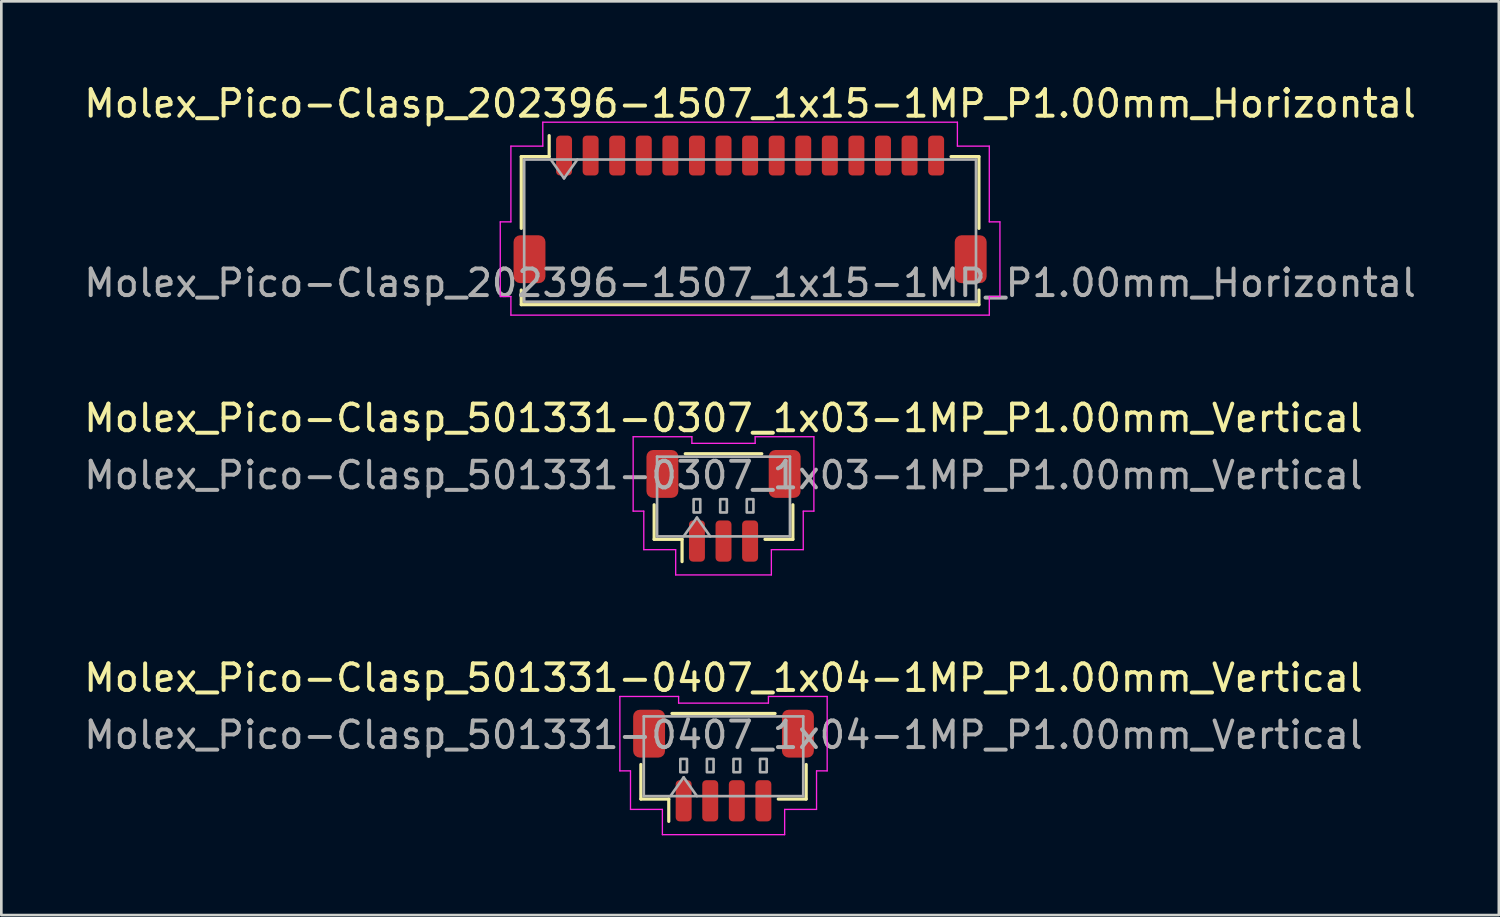
<source format=kicad_pcb>
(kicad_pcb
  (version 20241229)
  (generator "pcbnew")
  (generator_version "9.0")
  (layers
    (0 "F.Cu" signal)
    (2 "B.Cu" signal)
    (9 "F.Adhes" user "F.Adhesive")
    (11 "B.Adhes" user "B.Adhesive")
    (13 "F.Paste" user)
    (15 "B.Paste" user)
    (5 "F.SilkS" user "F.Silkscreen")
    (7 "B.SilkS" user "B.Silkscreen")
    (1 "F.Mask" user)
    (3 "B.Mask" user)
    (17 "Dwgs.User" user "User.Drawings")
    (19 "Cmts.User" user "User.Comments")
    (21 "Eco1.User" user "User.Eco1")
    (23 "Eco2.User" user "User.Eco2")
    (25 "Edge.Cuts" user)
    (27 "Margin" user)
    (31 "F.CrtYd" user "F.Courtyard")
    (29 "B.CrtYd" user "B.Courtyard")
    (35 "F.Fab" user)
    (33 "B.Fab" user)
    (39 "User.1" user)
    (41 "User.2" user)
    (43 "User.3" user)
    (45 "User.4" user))
  (footprint "Molex_Pico-Clasp_501331-0407_1x04-1MP_P1.00mm_Vertical"
    (layer "F.Cu")
    (at 24.173 25.755)
    (property "Reference" "Molex_Pico-Clasp_501331-0407_1x04-1MP_P1.00mm_Vertical" (at 0 -3.3 0) (layer "F.SilkS") (effects (font (size 1 1) (thickness 0.15))))
    (attr smd)
    (fp_line (start -3.11 -0.04) (end -3.11 1.26) (stroke (width 0.12) (type solid)) (layer "F.SilkS"))
    (fp_line (start -3.11 1.26) (end -2.06 1.26) (stroke (width 0.12) (type solid)) (layer "F.SilkS"))
    (fp_line (start -2.06 1.26) (end -2.06 2.1) (stroke (width 0.12) (type solid)) (layer "F.SilkS"))
    (fp_line (start -1.94 -1.96) (end 1.94 -1.96) (stroke (width 0.12) (type solid)) (layer "F.SilkS"))
    (fp_line (start 3.11 -0.04) (end 3.11 1.26) (stroke (width 0.12) (type solid)) (layer "F.SilkS"))
    (fp_line (start 3.11 1.26) (end 2.06 1.26) (stroke (width 0.12) (type solid)) (layer "F.SilkS"))
    (fp_line (start -3.9 -2.6) (end -1.69 -2.6) (stroke (width 0.05) (type solid)) (layer "F.CrtYd"))
    (fp_line (start -3.9 0.2) (end -3.9 -2.6) (stroke (width 0.05) (type solid)) (layer "F.CrtYd"))
    (fp_line (start -3.5 0.2) (end -3.9 0.2) (stroke (width 0.05) (type solid)) (layer "F.CrtYd"))
    (fp_line (start -3.5 1.65) (end -3.5 0.2) (stroke (width 0.05) (type solid)) (layer "F.CrtYd"))
    (fp_line (start -2.3 1.65) (end -3.5 1.65) (stroke (width 0.05) (type solid)) (layer "F.CrtYd"))
    (fp_line (start -2.3 2.6) (end -2.3 1.65) (stroke (width 0.05) (type solid)) (layer "F.CrtYd"))
    (fp_line (start -1.69 -2.6) (end -1.69 -2.35) (stroke (width 0.05) (type solid)) (layer "F.CrtYd"))
    (fp_line (start -1.69 -2.35) (end 1.69 -2.35) (stroke (width 0.05) (type solid)) (layer "F.CrtYd"))
    (fp_line (start 1.69 -2.6) (end 3.9 -2.6) (stroke (width 0.05) (type solid)) (layer "F.CrtYd"))
    (fp_line (start 1.69 -2.35) (end 1.69 -2.6) (stroke (width 0.05) (type solid)) (layer "F.CrtYd"))
    (fp_line (start 2.3 1.65) (end 2.3 2.6) (stroke (width 0.05) (type solid)) (layer "F.CrtYd"))
    (fp_line (start 2.3 2.6) (end -2.3 2.6) (stroke (width 0.05) (type solid)) (layer "F.CrtYd"))
    (fp_line (start 3.5 0.2) (end 3.5 1.65) (stroke (width 0.05) (type solid)) (layer "F.CrtYd"))
    (fp_line (start 3.5 1.65) (end 2.3 1.65) (stroke (width 0.05) (type solid)) (layer "F.CrtYd"))
    (fp_line (start 3.9 -2.6) (end 3.9 0.2) (stroke (width 0.05) (type solid)) (layer "F.CrtYd"))
    (fp_line (start 3.9 0.2) (end 3.5 0.2) (stroke (width 0.05) (type solid)) (layer "F.CrtYd"))
    (fp_line (start -3 -1.85) (end 3 -1.85) (stroke (width 0.1) (type solid)) (layer "F.Fab"))
    (fp_line (start -3 1.15) (end -3 -1.85) (stroke (width 0.1) (type solid)) (layer "F.Fab"))
    (fp_line (start -3 1.15) (end 3 1.15) (stroke (width 0.1) (type solid)) (layer "F.Fab"))
    (fp_line (start -2 1.15) (end -1.5 0.443) (stroke (width 0.1) (type solid)) (layer "F.Fab"))
    (fp_line (start -1.5 0.443) (end -1 1.15) (stroke (width 0.1) (type solid)) (layer "F.Fab"))
    (fp_line (start 3 1.15) (end 3 -1.85) (stroke (width 0.1) (type solid)) (layer "F.Fab"))
    (fp_rect (start -1.625 -0.25) (end -1.375 0.25) (stroke (width 0.1) (type solid)) (fill no) (layer "F.Fab"))
    (fp_rect (start -0.625 -0.25) (end -0.375 0.25) (stroke (width 0.1) (type solid)) (fill no) (layer "F.Fab"))
    (fp_rect (start 0.375 -0.25) (end 0.625 0.25) (stroke (width 0.1) (type solid)) (fill no) (layer "F.Fab"))
    (fp_rect (start 1.375 -0.25) (end 1.625 0.25) (stroke (width 0.1) (type solid)) (fill no) (layer "F.Fab"))
    (fp_text user "${REFERENCE}" (at 0 -1.15 0) (layer "F.Fab") (effects (font (size 1 1) (thickness 0.15))))
    (pad "1" smd roundrect (at -1.5 1.325) (size 0.6 1.55) (layers "F.Cu" "F.Mask" "F.Paste") (roundrect_rratio 0.25))
    (pad "2" smd roundrect (at -0.5 1.325) (size 0.6 1.55) (layers "F.Cu" "F.Mask" "F.Paste") (roundrect_rratio 0.25))
    (pad "3" smd roundrect (at 0.5 1.325) (size 0.6 1.55) (layers "F.Cu" "F.Mask" "F.Paste") (roundrect_rratio 0.25))
    (pad "4" smd roundrect (at 1.5 1.325) (size 0.6 1.55) (layers "F.Cu" "F.Mask" "F.Paste") (roundrect_rratio 0.25))
    (pad "MP" smd roundrect (at -2.8 -1.2) (size 1.2 1.8) (layers "F.Cu" "F.Mask" "F.Paste") (roundrect_rratio 0.208))
    (pad "MP" smd roundrect (at 2.8 -1.2) (size 1.2 1.8) (layers "F.Cu" "F.Mask" "F.Paste") (roundrect_rratio 0.208)))
  (footprint "Molex_Pico-Clasp_501331-0307_1x03-1MP_P1.00mm_Vertical"
    (layer "F.Cu")
    (at 24.173 15.982)
    (property "Reference" "Molex_Pico-Clasp_501331-0307_1x03-1MP_P1.00mm_Vertical" (at 0 -3.3 0) (layer "F.SilkS") (effects (font (size 1 1) (thickness 0.15))))
    (attr smd)
    (fp_line (start -2.61 -0.04) (end -2.61 1.26) (stroke (width 0.12) (type solid)) (layer "F.SilkS"))
    (fp_line (start -2.61 1.26) (end -1.56 1.26) (stroke (width 0.12) (type solid)) (layer "F.SilkS"))
    (fp_line (start -1.56 1.26) (end -1.56 2.1) (stroke (width 0.12) (type solid)) (layer "F.SilkS"))
    (fp_line (start -1.44 -1.96) (end 1.44 -1.96) (stroke (width 0.12) (type solid)) (layer "F.SilkS"))
    (fp_line (start 2.61 -0.04) (end 2.61 1.26) (stroke (width 0.12) (type solid)) (layer "F.SilkS"))
    (fp_line (start 2.61 1.26) (end 1.56 1.26) (stroke (width 0.12) (type solid)) (layer "F.SilkS"))
    (fp_line (start -3.4 -2.6) (end -1.19 -2.6) (stroke (width 0.05) (type solid)) (layer "F.CrtYd"))
    (fp_line (start -3.4 0.2) (end -3.4 -2.6) (stroke (width 0.05) (type solid)) (layer "F.CrtYd"))
    (fp_line (start -3 0.2) (end -3.4 0.2) (stroke (width 0.05) (type solid)) (layer "F.CrtYd"))
    (fp_line (start -3 1.65) (end -3 0.2) (stroke (width 0.05) (type solid)) (layer "F.CrtYd"))
    (fp_line (start -1.8 1.65) (end -3 1.65) (stroke (width 0.05) (type solid)) (layer "F.CrtYd"))
    (fp_line (start -1.8 2.6) (end -1.8 1.65) (stroke (width 0.05) (type solid)) (layer "F.CrtYd"))
    (fp_line (start -1.19 -2.6) (end -1.19 -2.35) (stroke (width 0.05) (type solid)) (layer "F.CrtYd"))
    (fp_line (start -1.19 -2.35) (end 1.19 -2.35) (stroke (width 0.05) (type solid)) (layer "F.CrtYd"))
    (fp_line (start 1.19 -2.6) (end 3.4 -2.6) (stroke (width 0.05) (type solid)) (layer "F.CrtYd"))
    (fp_line (start 1.19 -2.35) (end 1.19 -2.6) (stroke (width 0.05) (type solid)) (layer "F.CrtYd"))
    (fp_line (start 1.8 1.65) (end 1.8 2.6) (stroke (width 0.05) (type solid)) (layer "F.CrtYd"))
    (fp_line (start 1.8 2.6) (end -1.8 2.6) (stroke (width 0.05) (type solid)) (layer "F.CrtYd"))
    (fp_line (start 3 0.2) (end 3 1.65) (stroke (width 0.05) (type solid)) (layer "F.CrtYd"))
    (fp_line (start 3 1.65) (end 1.8 1.65) (stroke (width 0.05) (type solid)) (layer "F.CrtYd"))
    (fp_line (start 3.4 -2.6) (end 3.4 0.2) (stroke (width 0.05) (type solid)) (layer "F.CrtYd"))
    (fp_line (start 3.4 0.2) (end 3 0.2) (stroke (width 0.05) (type solid)) (layer "F.CrtYd"))
    (fp_line (start -2.5 -1.85) (end 2.5 -1.85) (stroke (width 0.1) (type solid)) (layer "F.Fab"))
    (fp_line (start -2.5 1.15) (end -2.5 -1.85) (stroke (width 0.1) (type solid)) (layer "F.Fab"))
    (fp_line (start -2.5 1.15) (end 2.5 1.15) (stroke (width 0.1) (type solid)) (layer "F.Fab"))
    (fp_line (start -1.5 1.15) (end -1 0.443) (stroke (width 0.1) (type solid)) (layer "F.Fab"))
    (fp_line (start -1 0.443) (end -0.5 1.15) (stroke (width 0.1) (type solid)) (layer "F.Fab"))
    (fp_line (start 2.5 1.15) (end 2.5 -1.85) (stroke (width 0.1) (type solid)) (layer "F.Fab"))
    (fp_rect (start -1.125 -0.25) (end -0.875 0.25) (stroke (width 0.1) (type solid)) (fill no) (layer "F.Fab"))
    (fp_rect (start -0.125 -0.25) (end 0.125 0.25) (stroke (width 0.1) (type solid)) (fill no) (layer "F.Fab"))
    (fp_rect (start 0.875 -0.25) (end 1.125 0.25) (stroke (width 0.1) (type solid)) (fill no) (layer "F.Fab"))
    (fp_text user "${REFERENCE}" (at 0 -1.15 0) (layer "F.Fab") (effects (font (size 1 1) (thickness 0.15))))
    (pad "1" smd roundrect (at -1 1.325) (size 0.6 1.55) (layers "F.Cu" "F.Mask" "F.Paste") (roundrect_rratio 0.25))
    (pad "2" smd roundrect (at 0 1.325) (size 0.6 1.55) (layers "F.Cu" "F.Mask" "F.Paste") (roundrect_rratio 0.25))
    (pad "3" smd roundrect (at 1 1.325) (size 0.6 1.55) (layers "F.Cu" "F.Mask" "F.Paste") (roundrect_rratio 0.25))
    (pad "MP" smd roundrect (at -2.3 -1.2) (size 1.2 1.8) (layers "F.Cu" "F.Mask" "F.Paste") (roundrect_rratio 0.208))
    (pad "MP" smd roundrect (at 2.3 -1.2) (size 1.2 1.8) (layers "F.Cu" "F.Mask" "F.Paste") (roundrect_rratio 0.208)))
  (footprint "Molex_Pico-Clasp_202396-1507_1x15-1MP_P1.00mm_Horizontal"
    (layer "F.Cu")
    (at 25.173 4.828)
    (property "Reference" "Molex_Pico-Clasp_202396-1507_1x15-1MP_P1.00mm_Horizontal" (at 0 -3.98 0) (layer "F.SilkS") (effects (font (size 1 1) (thickness 0.15))))
    (attr smd)
    (fp_line (start -8.61 -1.985) (end -7.56 -1.985) (stroke (width 0.12) (type solid)) (layer "F.SilkS"))
    (fp_line (start -8.61 0.715) (end -8.61 -1.985) (stroke (width 0.12) (type solid)) (layer "F.SilkS"))
    (fp_line (start -8.61 3.035) (end -8.61 3.585) (stroke (width 0.12) (type solid)) (layer "F.SilkS"))
    (fp_line (start -8.61 3.585) (end 8.61 3.585) (stroke (width 0.12) (type solid)) (layer "F.SilkS"))
    (fp_line (start -7.56 -1.985) (end -7.56 -2.775) (stroke (width 0.12) (type solid)) (layer "F.SilkS"))
    (fp_line (start 8.61 -1.985) (end 7.56 -1.985) (stroke (width 0.12) (type solid)) (layer "F.SilkS"))
    (fp_line (start 8.61 0.715) (end 8.61 -1.985) (stroke (width 0.12) (type solid)) (layer "F.SilkS"))
    (fp_line (start 8.61 3.585) (end 8.61 3.035) (stroke (width 0.12) (type solid)) (layer "F.SilkS"))
    (fp_line (start -9.4 0.47) (end -9 0.47) (stroke (width 0.05) (type solid)) (layer "F.CrtYd"))
    (fp_line (start -9.4 3.28) (end -9.4 0.47) (stroke (width 0.05) (type solid)) (layer "F.CrtYd"))
    (fp_line (start -9 -2.38) (end -7.8 -2.38) (stroke (width 0.05) (type solid)) (layer "F.CrtYd"))
    (fp_line (start -9 0.47) (end -9 -2.38) (stroke (width 0.05) (type solid)) (layer "F.CrtYd"))
    (fp_line (start -9 3.28) (end -9.4 3.28) (stroke (width 0.05) (type solid)) (layer "F.CrtYd"))
    (fp_line (start -9 3.98) (end -9 3.28) (stroke (width 0.05) (type solid)) (layer "F.CrtYd"))
    (fp_line (start -7.8 -3.28) (end 7.8 -3.28) (stroke (width 0.05) (type solid)) (layer "F.CrtYd"))
    (fp_line (start -7.8 -2.38) (end -7.8 -3.28) (stroke (width 0.05) (type solid)) (layer "F.CrtYd"))
    (fp_line (start 7.8 -3.28) (end 7.8 -2.38) (stroke (width 0.05) (type solid)) (layer "F.CrtYd"))
    (fp_line (start 7.8 -2.38) (end 9 -2.38) (stroke (width 0.05) (type solid)) (layer "F.CrtYd"))
    (fp_line (start 9 -2.38) (end 9 0.47) (stroke (width 0.05) (type solid)) (layer "F.CrtYd"))
    (fp_line (start 9 0.47) (end 9.4 0.47) (stroke (width 0.05) (type solid)) (layer "F.CrtYd"))
    (fp_line (start 9 3.28) (end 9 3.98) (stroke (width 0.05) (type solid)) (layer "F.CrtYd"))
    (fp_line (start 9 3.98) (end -9 3.98) (stroke (width 0.05) (type solid)) (layer "F.CrtYd"))
    (fp_line (start 9.4 0.47) (end 9.4 3.28) (stroke (width 0.05) (type solid)) (layer "F.CrtYd"))
    (fp_line (start 9.4 3.28) (end 9 3.28) (stroke (width 0.05) (type solid)) (layer "F.CrtYd"))
    (fp_line (start -8.5 -1.875) (end -8.5 3.475) (stroke (width 0.1) (type solid)) (layer "F.Fab"))
    (fp_line (start -8.5 -1.875) (end 8.5 -1.875) (stroke (width 0.1) (type solid)) (layer "F.Fab"))
    (fp_line (start -8.5 3.475) (end 8.5 3.475) (stroke (width 0.1) (type solid)) (layer "F.Fab"))
    (fp_line (start -7.5 -1.875) (end -7 -1.168) (stroke (width 0.1) (type solid)) (layer "F.Fab"))
    (fp_line (start -7 -1.168) (end -6.5 -1.875) (stroke (width 0.1) (type solid)) (layer "F.Fab"))
    (fp_line (start 8.5 -1.875) (end 8.5 3.475) (stroke (width 0.1) (type solid)) (layer "F.Fab"))
    (fp_text user "${REFERENCE}" (at 0 2.77 0) (layer "F.Fab") (effects (font (size 1 1) (thickness 0.15))))
    (pad "1" smd roundrect (at -7 -2.025) (size 0.6 1.5) (layers "F.Cu" "F.Mask" "F.Paste") (roundrect_rratio 0.25))
    (pad "2" smd roundrect (at -6 -2.025) (size 0.6 1.5) (layers "F.Cu" "F.Mask" "F.Paste") (roundrect_rratio 0.25))
    (pad "3" smd roundrect (at -5 -2.025) (size 0.6 1.5) (layers "F.Cu" "F.Mask" "F.Paste") (roundrect_rratio 0.25))
    (pad "4" smd roundrect (at -4 -2.025) (size 0.6 1.5) (layers "F.Cu" "F.Mask" "F.Paste") (roundrect_rratio 0.25))
    (pad "5" smd roundrect (at -3 -2.025) (size 0.6 1.5) (layers "F.Cu" "F.Mask" "F.Paste") (roundrect_rratio 0.25))
    (pad "6" smd roundrect (at -2 -2.025) (size 0.6 1.5) (layers "F.Cu" "F.Mask" "F.Paste") (roundrect_rratio 0.25))
    (pad "7" smd roundrect (at -1 -2.025) (size 0.6 1.5) (layers "F.Cu" "F.Mask" "F.Paste") (roundrect_rratio 0.25))
    (pad "8" smd roundrect (at 0 -2.025) (size 0.6 1.5) (layers "F.Cu" "F.Mask" "F.Paste") (roundrect_rratio 0.25))
    (pad "9" smd roundrect (at 1 -2.025) (size 0.6 1.5) (layers "F.Cu" "F.Mask" "F.Paste") (roundrect_rratio 0.25))
    (pad "10" smd roundrect (at 2 -2.025) (size 0.6 1.5) (layers "F.Cu" "F.Mask" "F.Paste") (roundrect_rratio 0.25))
    (pad "11" smd roundrect (at 3 -2.025) (size 0.6 1.5) (layers "F.Cu" "F.Mask" "F.Paste") (roundrect_rratio 0.25))
    (pad "12" smd roundrect (at 4 -2.025) (size 0.6 1.5) (layers "F.Cu" "F.Mask" "F.Paste") (roundrect_rratio 0.25))
    (pad "13" smd roundrect (at 5 -2.025) (size 0.6 1.5) (layers "F.Cu" "F.Mask" "F.Paste") (roundrect_rratio 0.25))
    (pad "14" smd roundrect (at 6 -2.025) (size 0.6 1.5) (layers "F.Cu" "F.Mask" "F.Paste") (roundrect_rratio 0.25))
    (pad "15" smd roundrect (at 7 -2.025) (size 0.6 1.5) (layers "F.Cu" "F.Mask" "F.Paste") (roundrect_rratio 0.25))
    (pad "MP" smd roundrect (at -8.3 1.875) (size 1.2 1.8) (layers "F.Cu" "F.Mask" "F.Paste") (roundrect_rratio 0.208))
    (pad "MP" smd roundrect (at 8.3 1.875) (size 1.2 1.8) (layers "F.Cu" "F.Mask" "F.Paste") (roundrect_rratio 0.208)))
  (gr_rect
    (start -3 -3)
    (end 53.345 31.38)
    (stroke (width 0.1) (type default))
    (fill no)
    (layer "Edge.Cuts")))
</source>
